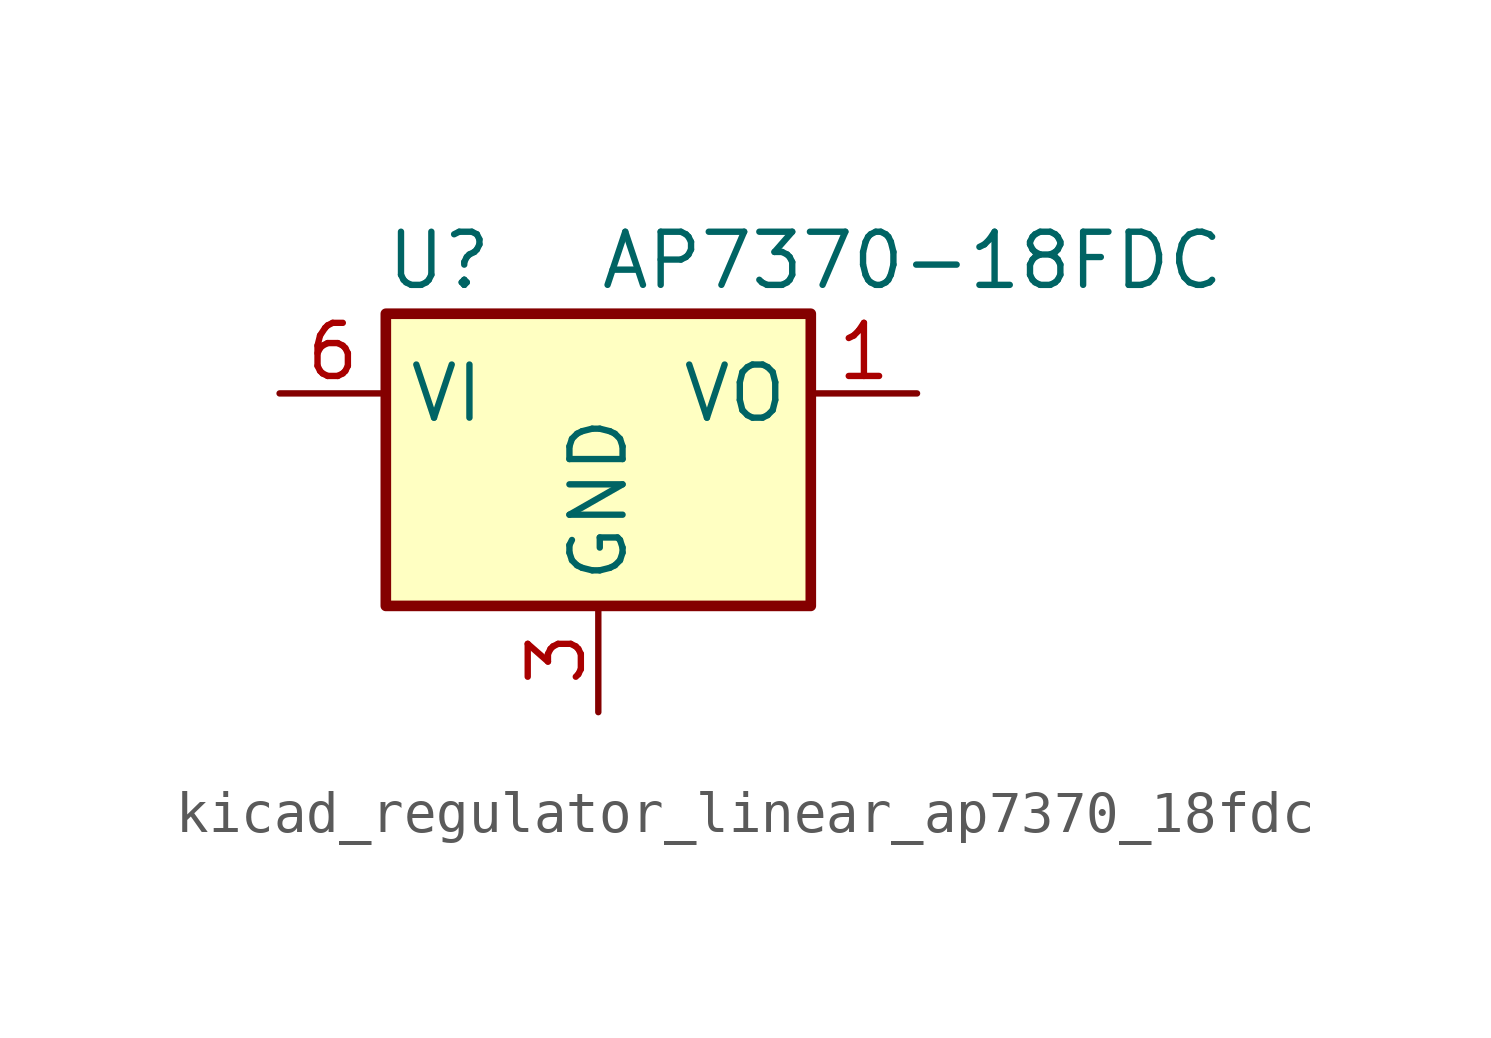
<source format=kicad_sym>
(kicad_symbol_lib
  (version 20220914)
  (generator kicad_symbol_editor)
  (symbol "kicad_regulator_linear_ap7370_18fdc"
    (property "Reference" "U"
      (at -3.81 3.175 0)
      (effects (font (size 1.27 1.27))))
    (property "Value" "AP7370-18FDC"
      (at 0 3.175 0)
      (effects (font (size 1.27 1.27)) (justify left)))
    (symbol "kicad_regulator_linear_ap7370_18fdc_0_1"
      (rectangle (start -5.08 -5.08) (end 5.08 1.905) (stroke (width 0.254) (type default)) (fill (type background))))
    (symbol "kicad_regulator_linear_ap7370_18fdc_1_1"
      (pin power_out line (at 7.62 0 180) (length 2.54) (name "VO" (effects (font (size 1.27 1.27)))) (number "1" (effects (font (size 1.27 1.27)))))
      (pin no_connect line (at -5.08 -2.54 0) (length 2.54) hide (name "NC" (effects (font (size 1.27 1.27)))) (number "2" (effects (font (size 1.27 1.27)))))
      (pin power_in line (at 0 -7.62 90) (length 2.54) (name "GND" (effects (font (size 1.27 1.27)))) (number "3" (effects (font (size 1.27 1.27)))))
      (pin no_connect line (at 5.08 -2.54 180) (length 2.54) hide (name "NC" (effects (font (size 1.27 1.27)))) (number "4" (effects (font (size 1.27 1.27)))))
      (pin no_connect line (at -5.08 -5.08 0) (length 2.54) hide (name "NC" (effects (font (size 1.27 1.27)))) (number "5" (effects (font (size 1.27 1.27)))))
      (pin power_in line (at -7.62 0 0) (length 2.54) (name "VI" (effects (font (size 1.27 1.27)))) (number "6" (effects (font (size 1.27 1.27)))))
      (pin passive line (at 0 -7.62 90) (length 2.54) hide (name "GND" (effects (font (size 1.27 1.27)))) (number "7" (effects (font (size 1.27 1.27))))))))
</source>
